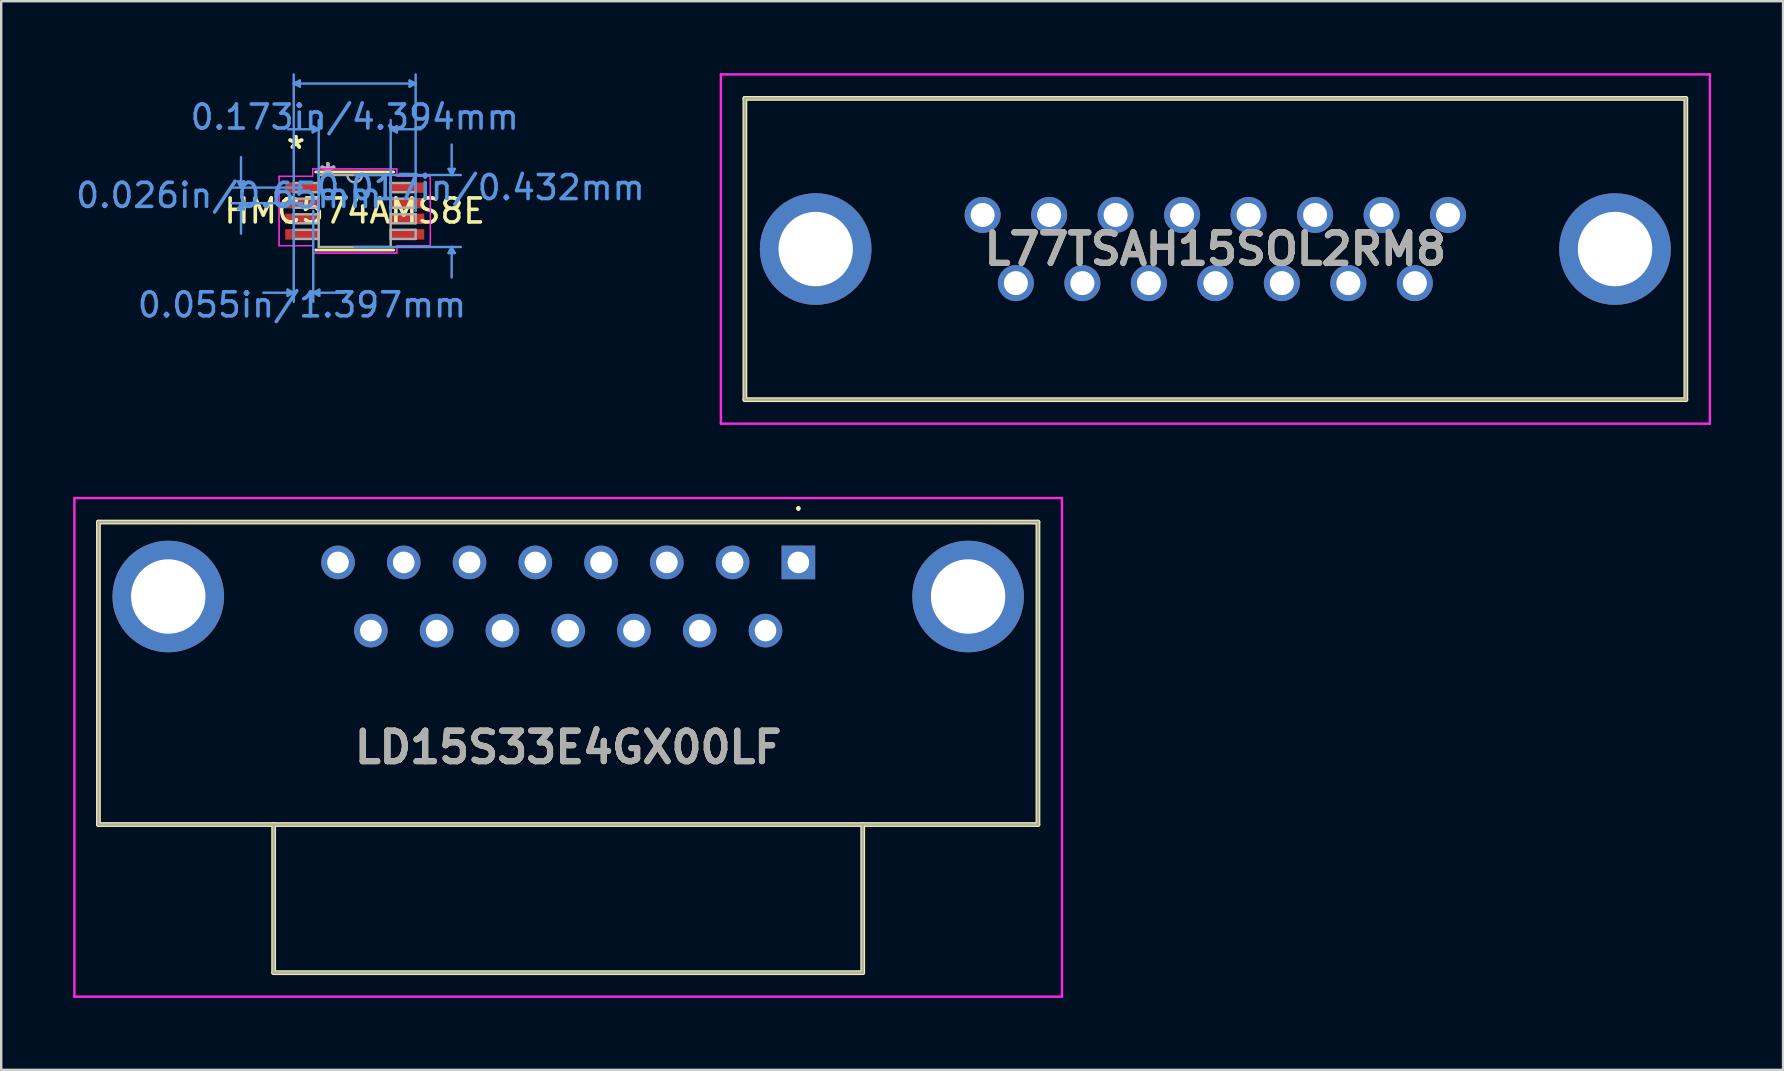
<source format=kicad_pcb>
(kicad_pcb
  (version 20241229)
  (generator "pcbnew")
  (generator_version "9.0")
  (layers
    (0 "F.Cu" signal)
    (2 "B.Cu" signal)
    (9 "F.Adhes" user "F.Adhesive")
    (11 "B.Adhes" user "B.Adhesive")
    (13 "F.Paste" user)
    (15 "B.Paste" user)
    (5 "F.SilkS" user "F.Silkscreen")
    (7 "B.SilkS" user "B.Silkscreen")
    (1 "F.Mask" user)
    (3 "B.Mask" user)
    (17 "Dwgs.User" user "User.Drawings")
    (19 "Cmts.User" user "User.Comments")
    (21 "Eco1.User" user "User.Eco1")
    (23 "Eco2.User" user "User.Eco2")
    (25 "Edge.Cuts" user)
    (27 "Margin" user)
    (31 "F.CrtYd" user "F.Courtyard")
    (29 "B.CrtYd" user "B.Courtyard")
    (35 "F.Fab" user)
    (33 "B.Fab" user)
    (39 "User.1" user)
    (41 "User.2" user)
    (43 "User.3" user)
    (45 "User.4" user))
  (footprint "LD15S33E4GX00LF"
    (layer "F.Cu")
    (at 30.21 20.38)
    (property "Reference" "LD15S33E4GX00LF" (at -9.59 7.705 0) (layer "F.SilkS") (effects (font (size 1.27 1.27) (thickness 0.254))))
    (attr through_hole)
    (fp_line (start -29.16 -1.68) (end 9.98 -1.68) (stroke (width 0.2) (type solid)) (layer "F.SilkS"))
    (fp_line (start -29.16 10.92) (end -29.16 -1.68) (stroke (width 0.2) (type solid)) (layer "F.SilkS"))
    (fp_line (start -21.86 17.09) (end -21.86 10.92) (stroke (width 0.2) (type solid)) (layer "F.SilkS"))
    (fp_line (start 0 -2.3) (end 0 -2.3) (stroke (width 0.1) (type solid)) (layer "F.SilkS"))
    (fp_line (start 0 -2.2) (end 0 -2.2) (stroke (width 0.1) (type solid)) (layer "F.SilkS"))
    (fp_line (start 2.68 10.92) (end 2.68 17.09) (stroke (width 0.2) (type solid)) (layer "F.SilkS"))
    (fp_line (start 2.68 17.09) (end -21.86 17.09) (stroke (width 0.2) (type solid)) (layer "F.SilkS"))
    (fp_line (start 9.98 -1.68) (end 9.98 10.92) (stroke (width 0.2) (type solid)) (layer "F.SilkS"))
    (fp_line (start 9.98 10.92) (end -29.16 10.92) (stroke (width 0.2) (type solid)) (layer "F.SilkS"))
    (fp_arc (start 0 -2.3) (mid 0.05 -2.25) (end 0 -2.2) (stroke (width 0.1) (type solid)) (layer "F.SilkS"))
    (fp_arc (start 0 -2.2) (mid -0.05 -2.25) (end 0 -2.3) (stroke (width 0.1) (type solid)) (layer "F.SilkS"))
    (fp_line (start -30.16 -2.68) (end 10.98 -2.68) (stroke (width 0.1) (type solid)) (layer "F.CrtYd"))
    (fp_line (start -30.16 18.09) (end -30.16 -2.68) (stroke (width 0.1) (type solid)) (layer "F.CrtYd"))
    (fp_line (start 10.98 -2.68) (end 10.98 18.09) (stroke (width 0.1) (type solid)) (layer "F.CrtYd"))
    (fp_line (start 10.98 18.09) (end -30.16 18.09) (stroke (width 0.1) (type solid)) (layer "F.CrtYd"))
    (fp_line (start -29.16 -1.68) (end 9.98 -1.68) (stroke (width 0.1) (type solid)) (layer "F.Fab"))
    (fp_line (start -29.16 10.92) (end -29.16 -1.68) (stroke (width 0.1) (type solid)) (layer "F.Fab"))
    (fp_line (start -21.86 17.09) (end -21.86 10.92) (stroke (width 0.1) (type solid)) (layer "F.Fab"))
    (fp_line (start 2.68 10.92) (end 2.68 17.09) (stroke (width 0.1) (type solid)) (layer "F.Fab"))
    (fp_line (start 2.68 17.09) (end -21.86 17.09) (stroke (width 0.1) (type solid)) (layer "F.Fab"))
    (fp_line (start 9.98 -1.68) (end 9.98 10.92) (stroke (width 0.1) (type solid)) (layer "F.Fab"))
    (fp_line (start 9.98 10.92) (end -29.16 10.92) (stroke (width 0.1) (type solid)) (layer "F.Fab"))
    (fp_text user "${REFERENCE}" (at -9.59 7.705 0) (layer "F.Fab") (effects (font (size 1.27 1.27) (thickness 0.254))))
    (pad "1" thru_hole rect (at 0 0) (size 1.4 1.4) (drill 0.9) (layers "*.Cu" "*.Mask"))
    (pad "2" thru_hole circle (at -2.74 0) (size 1.4 1.4) (drill 0.9) (layers "*.Cu" "*.Mask"))
    (pad "3" thru_hole circle (at -5.48 0) (size 1.4 1.4) (drill 0.9) (layers "*.Cu" "*.Mask"))
    (pad "4" thru_hole circle (at -8.22 0) (size 1.4 1.4) (drill 0.9) (layers "*.Cu" "*.Mask"))
    (pad "5" thru_hole circle (at -10.96 0) (size 1.4 1.4) (drill 0.9) (layers "*.Cu" "*.Mask"))
    (pad "6" thru_hole circle (at -13.7 0) (size 1.4 1.4) (drill 0.9) (layers "*.Cu" "*.Mask"))
    (pad "7" thru_hole circle (at -16.44 0) (size 1.4 1.4) (drill 0.9) (layers "*.Cu" "*.Mask"))
    (pad "8" thru_hole circle (at -19.18 0) (size 1.4 1.4) (drill 0.9) (layers "*.Cu" "*.Mask"))
    (pad "9" thru_hole circle (at -1.37 2.84) (size 1.4 1.4) (drill 0.9) (layers "*.Cu" "*.Mask"))
    (pad "10" thru_hole circle (at -4.11 2.84) (size 1.4 1.4) (drill 0.9) (layers "*.Cu" "*.Mask"))
    (pad "11" thru_hole circle (at -6.85 2.84) (size 1.4 1.4) (drill 0.9) (layers "*.Cu" "*.Mask"))
    (pad "12" thru_hole circle (at -9.59 2.84) (size 1.4 1.4) (drill 0.9) (layers "*.Cu" "*.Mask"))
    (pad "13" thru_hole circle (at -12.33 2.84) (size 1.4 1.4) (drill 0.9) (layers "*.Cu" "*.Mask"))
    (pad "14" thru_hole circle (at -15.07 2.84) (size 1.4 1.4) (drill 0.9) (layers "*.Cu" "*.Mask"))
    (pad "15" thru_hole circle (at -17.81 2.84) (size 1.4 1.4) (drill 0.9) (layers "*.Cu" "*.Mask"))
    (pad "MH1" thru_hole circle (at 7.07 1.42) (size 4.65 4.65) (drill 3.1) (layers "*.Cu" "*.Mask"))
    (pad "MH2" thru_hole circle (at -26.25 1.42) (size 4.65 4.65) (drill 3.1) (layers "*.Cu" "*.Mask")))
  (footprint "HMC574AMS8E"
    (layer "F.Cu")
    (at 11.727 5.74)
    (property "Reference" "HMC574AMS8E" (at 0 0 0) (layer "F.SilkS") (effects (font (size 1 1) (thickness 0.15))))
    (attr through_hole)
    (fp_line (start -1.626 1.626) (end 1.626 1.626) (stroke (width 0.12) (type solid)) (layer "F.SilkS"))
    (fp_line (start 1.626 -1.626) (end -1.626 -1.626) (stroke (width 0.12) (type solid)) (layer "F.SilkS"))
    (fp_line (start -4.864 -1.229) (end -4.61 -1.229) (stroke (width 0.1) (type solid)) (layer "Cmts.User"))
    (fp_line (start -4.864 -0.071) (end -4.61 -0.071) (stroke (width 0.1) (type solid)) (layer "Cmts.User"))
    (fp_line (start -4.737 -0.975) (end -4.864 -1.229) (stroke (width 0.1) (type solid)) (layer "Cmts.User"))
    (fp_line (start -4.737 -0.975) (end -4.737 -2.245) (stroke (width 0.1) (type solid)) (layer "Cmts.User"))
    (fp_line (start -4.737 -0.975) (end -4.61 -1.229) (stroke (width 0.1) (type solid)) (layer "Cmts.User"))
    (fp_line (start -4.737 -0.325) (end -4.864 -0.071) (stroke (width 0.1) (type solid)) (layer "Cmts.User"))
    (fp_line (start -4.737 -0.325) (end -4.737 0.945) (stroke (width 0.1) (type solid)) (layer "Cmts.User"))
    (fp_line (start -4.737 -0.325) (end -4.61 -0.071) (stroke (width 0.1) (type solid)) (layer "Cmts.User"))
    (fp_line (start -2.794 3.277) (end -2.794 3.531) (stroke (width 0.1) (type solid)) (layer "Cmts.User"))
    (fp_line (start -2.54 -5.309) (end -2.286 -5.436) (stroke (width 0.1) (type solid)) (layer "Cmts.User"))
    (fp_line (start -2.54 -5.309) (end -2.286 -5.182) (stroke (width 0.1) (type solid)) (layer "Cmts.User"))
    (fp_line (start -2.54 -5.309) (end 2.54 -5.309) (stroke (width 0.1) (type solid)) (layer "Cmts.User"))
    (fp_line (start -2.54 0) (end -2.54 -5.69) (stroke (width 0.1) (type solid)) (layer "Cmts.User"))
    (fp_line (start -2.54 0) (end -2.54 3.785) (stroke (width 0.1) (type solid)) (layer "Cmts.User"))
    (fp_line (start -2.54 3.404) (end -3.81 3.404) (stroke (width 0.1) (type solid)) (layer "Cmts.User"))
    (fp_line (start -2.54 3.404) (end -2.794 3.277) (stroke (width 0.1) (type solid)) (layer "Cmts.User"))
    (fp_line (start -2.54 3.404) (end -2.794 3.531) (stroke (width 0.1) (type solid)) (layer "Cmts.User"))
    (fp_line (start -2.286 -5.436) (end -2.286 -5.182) (stroke (width 0.1) (type solid)) (layer "Cmts.User"))
    (fp_line (start -2.197 -0.975) (end -5.118 -0.975) (stroke (width 0.1) (type solid)) (layer "Cmts.User"))
    (fp_line (start -2.197 -0.325) (end -5.118 -0.325) (stroke (width 0.1) (type solid)) (layer "Cmts.User"))
    (fp_line (start -1.753 -3.531) (end -1.753 -3.277) (stroke (width 0.1) (type solid)) (layer "Cmts.User"))
    (fp_line (start -1.727 0) (end -1.727 3.785) (stroke (width 0.1) (type solid)) (layer "Cmts.User"))
    (fp_line (start -1.727 3.404) (end -1.473 3.277) (stroke (width 0.1) (type solid)) (layer "Cmts.User"))
    (fp_line (start -1.727 3.404) (end -1.473 3.531) (stroke (width 0.1) (type solid)) (layer "Cmts.User"))
    (fp_line (start -1.727 3.404) (end -0.457 3.404) (stroke (width 0.1) (type solid)) (layer "Cmts.User"))
    (fp_line (start -1.499 -3.404) (end -2.769 -3.404) (stroke (width 0.1) (type solid)) (layer "Cmts.User"))
    (fp_line (start -1.499 -3.404) (end -1.753 -3.531) (stroke (width 0.1) (type solid)) (layer "Cmts.User"))
    (fp_line (start -1.499 -3.404) (end -1.753 -3.277) (stroke (width 0.1) (type solid)) (layer "Cmts.User"))
    (fp_line (start -1.499 0) (end -1.499 -3.785) (stroke (width 0.1) (type solid)) (layer "Cmts.User"))
    (fp_line (start -1.473 3.277) (end -1.473 3.531) (stroke (width 0.1) (type solid)) (layer "Cmts.User"))
    (fp_line (start 0 -1.499) (end 4.42 -1.499) (stroke (width 0.1) (type solid)) (layer "Cmts.User"))
    (fp_line (start 0 1.499) (end 4.42 1.499) (stroke (width 0.1) (type solid)) (layer "Cmts.User"))
    (fp_line (start 1.499 -3.404) (end 1.753 -3.531) (stroke (width 0.1) (type solid)) (layer "Cmts.User"))
    (fp_line (start 1.499 -3.404) (end 1.753 -3.277) (stroke (width 0.1) (type solid)) (layer "Cmts.User"))
    (fp_line (start 1.499 -3.404) (end 2.769 -3.404) (stroke (width 0.1) (type solid)) (layer "Cmts.User"))
    (fp_line (start 1.499 0) (end 1.499 -3.785) (stroke (width 0.1) (type solid)) (layer "Cmts.User"))
    (fp_line (start 1.753 -3.531) (end 1.753 -3.277) (stroke (width 0.1) (type solid)) (layer "Cmts.User"))
    (fp_line (start 2.286 -5.436) (end 2.286 -5.182) (stroke (width 0.1) (type solid)) (layer "Cmts.User"))
    (fp_line (start 2.54 -5.309) (end 2.286 -5.436) (stroke (width 0.1) (type solid)) (layer "Cmts.User"))
    (fp_line (start 2.54 -5.309) (end 2.286 -5.182) (stroke (width 0.1) (type solid)) (layer "Cmts.User"))
    (fp_line (start 2.54 0) (end 2.54 -5.69) (stroke (width 0.1) (type solid)) (layer "Cmts.User"))
    (fp_line (start 3.912 -1.753) (end 4.166 -1.753) (stroke (width 0.1) (type solid)) (layer "Cmts.User"))
    (fp_line (start 3.912 1.753) (end 4.166 1.753) (stroke (width 0.1) (type solid)) (layer "Cmts.User"))
    (fp_line (start 4.039 -1.499) (end 3.912 -1.753) (stroke (width 0.1) (type solid)) (layer "Cmts.User"))
    (fp_line (start 4.039 -1.499) (end 4.039 -2.769) (stroke (width 0.1) (type solid)) (layer "Cmts.User"))
    (fp_line (start 4.039 -1.499) (end 4.166 -1.753) (stroke (width 0.1) (type solid)) (layer "Cmts.User"))
    (fp_line (start 4.039 1.499) (end 3.912 1.753) (stroke (width 0.1) (type solid)) (layer "Cmts.User"))
    (fp_line (start 4.039 1.499) (end 4.039 2.769) (stroke (width 0.1) (type solid)) (layer "Cmts.User"))
    (fp_line (start 4.039 1.499) (end 4.166 1.753) (stroke (width 0.1) (type solid)) (layer "Cmts.User"))
    (fp_line (start -3.15 -1.445) (end -1.753 -1.445) (stroke (width 0.05) (type solid)) (layer "F.CrtYd"))
    (fp_line (start -3.15 -1.445) (end -1.753 -1.445) (stroke (width 0.05) (type solid)) (layer "F.CrtYd"))
    (fp_line (start -3.15 1.445) (end -3.15 -1.445) (stroke (width 0.05) (type solid)) (layer "F.CrtYd"))
    (fp_line (start -3.15 1.445) (end -3.15 -1.445) (stroke (width 0.05) (type solid)) (layer "F.CrtYd"))
    (fp_line (start -3.15 1.445) (end -1.753 1.445) (stroke (width 0.05) (type solid)) (layer "F.CrtYd"))
    (fp_line (start -1.753 -1.753) (end 1.753 -1.753) (stroke (width 0.05) (type solid)) (layer "F.CrtYd"))
    (fp_line (start -1.753 -1.753) (end 1.753 -1.753) (stroke (width 0.05) (type solid)) (layer "F.CrtYd"))
    (fp_line (start -1.753 -1.445) (end -1.753 -1.753) (stroke (width 0.05) (type solid)) (layer "F.CrtYd"))
    (fp_line (start -1.753 -1.445) (end -1.753 -1.753) (stroke (width 0.05) (type solid)) (layer "F.CrtYd"))
    (fp_line (start -1.753 1.445) (end -3.15 1.445) (stroke (width 0.05) (type solid)) (layer "F.CrtYd"))
    (fp_line (start -1.753 1.753) (end -1.753 1.445) (stroke (width 0.05) (type solid)) (layer "F.CrtYd"))
    (fp_line (start -1.753 1.753) (end -1.753 1.445) (stroke (width 0.05) (type solid)) (layer "F.CrtYd"))
    (fp_line (start 1.753 -1.753) (end 1.753 -1.445) (stroke (width 0.05) (type solid)) (layer "F.CrtYd"))
    (fp_line (start 1.753 -1.753) (end 1.753 -1.445) (stroke (width 0.05) (type solid)) (layer "F.CrtYd"))
    (fp_line (start 1.753 -1.445) (end 3.15 -1.445) (stroke (width 0.05) (type solid)) (layer "F.CrtYd"))
    (fp_line (start 1.753 1.445) (end 1.753 1.753) (stroke (width 0.05) (type solid)) (layer "F.CrtYd"))
    (fp_line (start 1.753 1.445) (end 1.753 1.753) (stroke (width 0.05) (type solid)) (layer "F.CrtYd"))
    (fp_line (start 1.753 1.753) (end -1.753 1.753) (stroke (width 0.05) (type solid)) (layer "F.CrtYd"))
    (fp_line (start 1.753 1.753) (end -1.753 1.753) (stroke (width 0.05) (type solid)) (layer "F.CrtYd"))
    (fp_line (start 3.15 -1.445) (end 1.753 -1.445) (stroke (width 0.05) (type solid)) (layer "F.CrtYd"))
    (fp_line (start 3.15 -1.445) (end 3.15 1.445) (stroke (width 0.05) (type solid)) (layer "F.CrtYd"))
    (fp_line (start 3.15 -1.445) (end 3.15 1.445) (stroke (width 0.05) (type solid)) (layer "F.CrtYd"))
    (fp_line (start 3.15 1.445) (end 1.753 1.445) (stroke (width 0.05) (type solid)) (layer "F.CrtYd"))
    (fp_line (start 3.15 1.445) (end 1.753 1.445) (stroke (width 0.05) (type solid)) (layer "F.CrtYd"))
    (fp_line (start -2.54 -1.165) (end -2.54 -0.784) (stroke (width 0.1) (type solid)) (layer "F.Fab"))
    (fp_line (start -2.54 -0.784) (end -1.499 -0.784) (stroke (width 0.1) (type solid)) (layer "F.Fab"))
    (fp_line (start -2.54 -0.515) (end -2.54 -0.135) (stroke (width 0.1) (type solid)) (layer "F.Fab"))
    (fp_line (start -2.54 -0.135) (end -1.499 -0.135) (stroke (width 0.1) (type solid)) (layer "F.Fab"))
    (fp_line (start -2.54 0.135) (end -2.54 0.515) (stroke (width 0.1) (type solid)) (layer "F.Fab"))
    (fp_line (start -2.54 0.515) (end -1.499 0.515) (stroke (width 0.1) (type solid)) (layer "F.Fab"))
    (fp_line (start -2.54 0.784) (end -2.54 1.165) (stroke (width 0.1) (type solid)) (layer "F.Fab"))
    (fp_line (start -2.54 1.165) (end -1.499 1.165) (stroke (width 0.1) (type solid)) (layer "F.Fab"))
    (fp_line (start -1.499 -1.499) (end -1.499 1.499) (stroke (width 0.1) (type solid)) (layer "F.Fab"))
    (fp_line (start -1.499 -1.165) (end -2.54 -1.165) (stroke (width 0.1) (type solid)) (layer "F.Fab"))
    (fp_line (start -1.499 -0.784) (end -1.499 -1.165) (stroke (width 0.1) (type solid)) (layer "F.Fab"))
    (fp_line (start -1.499 -0.515) (end -2.54 -0.515) (stroke (width 0.1) (type solid)) (layer "F.Fab"))
    (fp_line (start -1.499 -0.135) (end -1.499 -0.515) (stroke (width 0.1) (type solid)) (layer "F.Fab"))
    (fp_line (start -1.499 0.135) (end -2.54 0.135) (stroke (width 0.1) (type solid)) (layer "F.Fab"))
    (fp_line (start -1.499 0.515) (end -1.499 0.135) (stroke (width 0.1) (type solid)) (layer "F.Fab"))
    (fp_line (start -1.499 0.784) (end -2.54 0.784) (stroke (width 0.1) (type solid)) (layer "F.Fab"))
    (fp_line (start -1.499 1.165) (end -1.499 0.784) (stroke (width 0.1) (type solid)) (layer "F.Fab"))
    (fp_line (start -1.499 1.499) (end 1.499 1.499) (stroke (width 0.1) (type solid)) (layer "F.Fab"))
    (fp_line (start 1.499 -1.499) (end -1.499 -1.499) (stroke (width 0.1) (type solid)) (layer "F.Fab"))
    (fp_line (start 1.499 -1.165) (end 1.499 -0.784) (stroke (width 0.1) (type solid)) (layer "F.Fab"))
    (fp_line (start 1.499 -0.784) (end 2.54 -0.784) (stroke (width 0.1) (type solid)) (layer "F.Fab"))
    (fp_line (start 1.499 -0.515) (end 1.499 -0.135) (stroke (width 0.1) (type solid)) (layer "F.Fab"))
    (fp_line (start 1.499 -0.135) (end 2.54 -0.135) (stroke (width 0.1) (type solid)) (layer "F.Fab"))
    (fp_line (start 1.499 0.135) (end 1.499 0.515) (stroke (width 0.1) (type solid)) (layer "F.Fab"))
    (fp_line (start 1.499 0.515) (end 2.54 0.515) (stroke (width 0.1) (type solid)) (layer "F.Fab"))
    (fp_line (start 1.499 0.784) (end 1.499 1.165) (stroke (width 0.1) (type solid)) (layer "F.Fab"))
    (fp_line (start 1.499 1.165) (end 2.54 1.165) (stroke (width 0.1) (type solid)) (layer "F.Fab"))
    (fp_line (start 1.499 1.499) (end 1.499 -1.499) (stroke (width 0.1) (type solid)) (layer "F.Fab"))
    (fp_line (start 2.54 -1.165) (end 1.499 -1.165) (stroke (width 0.1) (type solid)) (layer "F.Fab"))
    (fp_line (start 2.54 -0.784) (end 2.54 -1.165) (stroke (width 0.1) (type solid)) (layer "F.Fab"))
    (fp_line (start 2.54 -0.515) (end 1.499 -0.515) (stroke (width 0.1) (type solid)) (layer "F.Fab"))
    (fp_line (start 2.54 -0.135) (end 2.54 -0.515) (stroke (width 0.1) (type solid)) (layer "F.Fab"))
    (fp_line (start 2.54 0.135) (end 1.499 0.135) (stroke (width 0.1) (type solid)) (layer "F.Fab"))
    (fp_line (start 2.54 0.515) (end 2.54 0.135) (stroke (width 0.1) (type solid)) (layer "F.Fab"))
    (fp_line (start 2.54 0.784) (end 1.499 0.784) (stroke (width 0.1) (type solid)) (layer "F.Fab"))
    (fp_line (start 2.54 1.165) (end 2.54 0.784) (stroke (width 0.1) (type solid)) (layer "F.Fab"))
    (fp_arc (start 0.3048 -1.4986) (mid 0 -1.1938) (end -0.3048 -1.4986) (stroke (width 0.1) (type solid)) (layer "F.Fab"))
    (fp_text user "*" (at -2.451 -2.55 0) (layer "F.SilkS") (effects (font (size 1 1) (thickness 0.15))))
    (fp_text user "*" (at -2.451 -2.55 0) (layer "F.SilkS") (effects (font (size 1 1) (thickness 0.15))))
    (fp_text user "0.026in/0.65mm" (at -5.245 -0.65 0) (layer "Cmts.User") (effects (font (size 1 1) (thickness 0.15))))
    (fp_text user "0.017in/0.432mm" (at 5.245 -0.975 0) (layer "Cmts.User") (effects (font (size 1 1) (thickness 0.15))))
    (fp_text user "Copyright 2021 Accelerated Designs. All rights reserved." (at 0 0 0) (layer "Cmts.User") (effects (font (size 0.127 0.127) (thickness 0.002))))
    (fp_text user "0.055in/1.397mm" (at -2.197 3.912 0) (layer "Cmts.User") (effects (font (size 1 1) (thickness 0.15))))
    (fp_text user "0.173in/4.394mm" (at 0 -3.912 0) (layer "Cmts.User") (effects (font (size 1 1) (thickness 0.15))))
    (fp_text user "*" (at -1.118 -1.422 0) (layer "F.Fab") (effects (font (size 1 1) (thickness 0.15))))
    (fp_text user "*" (at -1.118 -1.422 0) (layer "F.Fab") (effects (font (size 1 1) (thickness 0.15))))
    (pad "1" smd rect (at -2.197 -0.975) (size 1.397 0.432) (layers "F.Cu" "F.Mask" "F.Paste"))
    (pad "2" smd rect (at -2.197 -0.325) (size 1.397 0.432) (layers "F.Cu" "F.Mask" "F.Paste"))
    (pad "3" smd rect (at -2.197 0.325) (size 1.397 0.432) (layers "F.Cu" "F.Mask" "F.Paste"))
    (pad "4" smd rect (at -2.197 0.975) (size 1.397 0.432) (layers "F.Cu" "F.Mask" "F.Paste"))
    (pad "5" smd rect (at 2.197 0.975) (size 1.397 0.432) (layers "F.Cu" "F.Mask" "F.Paste"))
    (pad "6" smd rect (at 2.197 0.325) (size 1.397 0.432) (layers "F.Cu" "F.Mask" "F.Paste"))
    (pad "7" smd rect (at 2.197 -0.325) (size 1.397 0.432) (layers "F.Cu" "F.Mask" "F.Paste"))
    (pad "8" smd rect (at 2.197 -0.975) (size 1.397 0.432) (layers "F.Cu" "F.Mask" "F.Paste")))
  (footprint "L77TSAH15SOL2RM8"
    (layer "F.Cu")
    (at 47.581 8.745)
    (property "Reference" "L77TSAH15SOL2RM8" (at 0 -1.42 0) (layer "F.SilkS") (effects (font (size 1.27 1.27) (thickness 0.254))))
    (attr through_hole)
    (fp_line (start -19.6 -7.695) (end 19.6 -7.695) (stroke (width 0.2) (type solid)) (layer "F.SilkS"))
    (fp_line (start -19.6 4.855) (end -19.6 -7.695) (stroke (width 0.2) (type solid)) (layer "F.SilkS"))
    (fp_line (start 19.6 -7.695) (end 19.6 4.855) (stroke (width 0.2) (type solid)) (layer "F.SilkS"))
    (fp_line (start 19.6 4.855) (end -19.6 4.855) (stroke (width 0.2) (type solid)) (layer "F.SilkS"))
    (fp_line (start -20.6 -8.695) (end 20.6 -8.695) (stroke (width 0.1) (type solid)) (layer "F.CrtYd"))
    (fp_line (start -20.6 5.855) (end -20.6 -8.695) (stroke (width 0.1) (type solid)) (layer "F.CrtYd"))
    (fp_line (start 20.6 -8.695) (end 20.6 5.855) (stroke (width 0.1) (type solid)) (layer "F.CrtYd"))
    (fp_line (start 20.6 5.855) (end -20.6 5.855) (stroke (width 0.1) (type solid)) (layer "F.CrtYd"))
    (fp_line (start -19.6 -7.695) (end 19.6 -7.695) (stroke (width 0.1) (type solid)) (layer "F.Fab"))
    (fp_line (start -19.6 4.855) (end -19.6 -7.695) (stroke (width 0.1) (type solid)) (layer "F.Fab"))
    (fp_line (start 19.6 -7.695) (end 19.6 4.855) (stroke (width 0.1) (type solid)) (layer "F.Fab"))
    (fp_line (start 19.6 4.855) (end -19.6 4.855) (stroke (width 0.1) (type solid)) (layer "F.Fab"))
    (fp_text user "${REFERENCE}" (at 0 -1.42 0) (layer "F.Fab") (effects (font (size 1.27 1.27) (thickness 0.254))))
    (pad "1" thru_hole circle (at 9.695 -2.84) (size 1.5 1.5) (drill 1) (layers "*.Cu" "*.Mask"))
    (pad "2" thru_hole circle (at 6.925 -2.84) (size 1.5 1.5) (drill 1) (layers "*.Cu" "*.Mask"))
    (pad "3" thru_hole circle (at 4.155 -2.84) (size 1.5 1.5) (drill 1) (layers "*.Cu" "*.Mask"))
    (pad "4" thru_hole circle (at 1.385 -2.84) (size 1.5 1.5) (drill 1) (layers "*.Cu" "*.Mask"))
    (pad "5" thru_hole circle (at -1.385 -2.84) (size 1.5 1.5) (drill 1) (layers "*.Cu" "*.Mask"))
    (pad "6" thru_hole circle (at -4.155 -2.84) (size 1.5 1.5) (drill 1) (layers "*.Cu" "*.Mask"))
    (pad "7" thru_hole circle (at -6.925 -2.84) (size 1.5 1.5) (drill 1) (layers "*.Cu" "*.Mask"))
    (pad "8" thru_hole circle (at -9.695 -2.84) (size 1.5 1.5) (drill 1) (layers "*.Cu" "*.Mask"))
    (pad "9" thru_hole circle (at 8.31 0) (size 1.5 1.5) (drill 1) (layers "*.Cu" "*.Mask"))
    (pad "10" thru_hole circle (at 5.54 0) (size 1.5 1.5) (drill 1) (layers "*.Cu" "*.Mask"))
    (pad "11" thru_hole circle (at 2.77 0) (size 1.5 1.5) (drill 1) (layers "*.Cu" "*.Mask"))
    (pad "12" thru_hole circle (at 0 0) (size 1.5 1.5) (drill 1) (layers "*.Cu" "*.Mask"))
    (pad "13" thru_hole circle (at -2.77 0) (size 1.5 1.5) (drill 1) (layers "*.Cu" "*.Mask"))
    (pad "14" thru_hole circle (at -5.54 0) (size 1.5 1.5) (drill 1) (layers "*.Cu" "*.Mask"))
    (pad "15" thru_hole circle (at -8.31 0) (size 1.5 1.5) (drill 1) (layers "*.Cu" "*.Mask"))
    (pad "MH1" thru_hole circle (at 16.65 -1.42) (size 4.65 4.65) (drill 3.1) (layers "*.Cu" "*.Mask"))
    (pad "MH2" thru_hole circle (at -16.65 -1.42) (size 4.65 4.65) (drill 3.1) (layers "*.Cu" "*.Mask")))
  (gr_rect
    (start -3 -3)
    (end 71.231 41.52)
    (stroke (width 0.1) (type default))
    (fill no)
    (layer "Edge.Cuts")))
</source>
